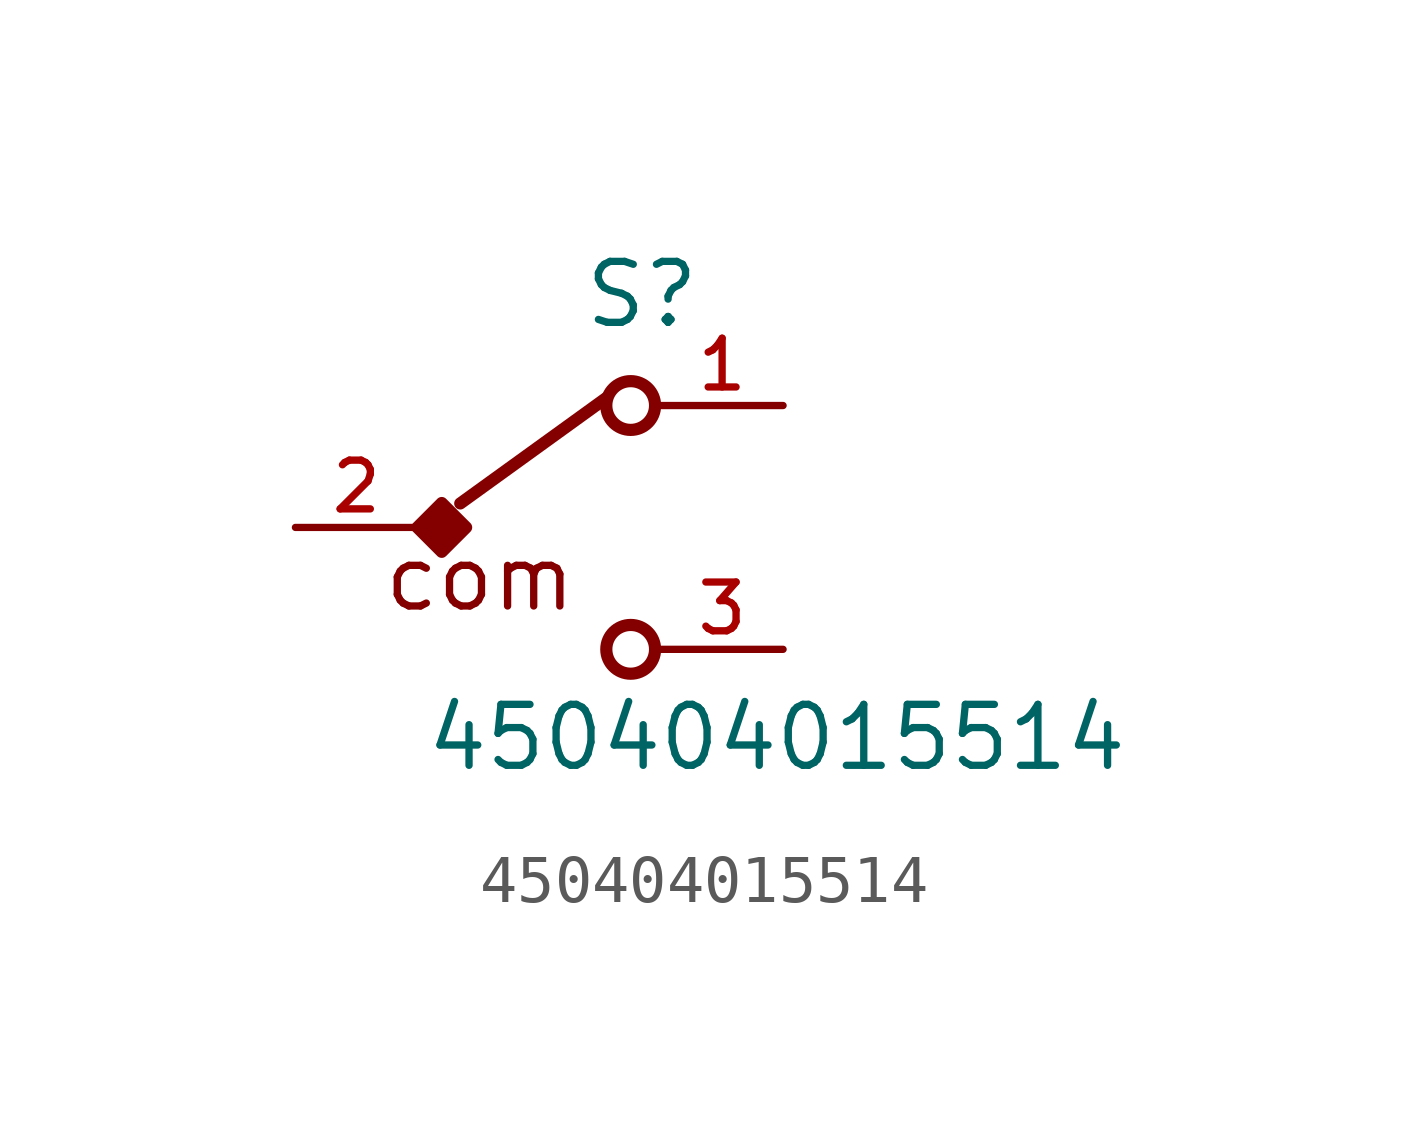
<source format=kicad_sym>
(kicad_symbol_lib
  (version 20231120)
  (generator "kicad_symbol_editor")
  (generator_version "8.0")
  (symbol "450404015514"
    (pin_names
      (offset 1.016))
    (property "Reference" "S"
      (at 2.14 4.11 0)
      (effects (font (size 1.27 1.27)) (justify bottom)))
    (property "Value" "450404015514"
      (at -2.41 -5.12 0)
      (effects (font (size 1.27 1.27)) (justify left bottom)))
    (symbol "450404015514_0_0"
      (polyline (pts (xy -1.646 0.5) (xy 1.4 2.7)) (stroke (width 0.254) (type default)) (fill (type none)))
      (polyline (pts (xy -2.032 -0.508) (xy -2.54 0) (xy -2.032 0.508) (xy -1.524 0) (xy -2.032 -0.508)) (stroke (width 0.254) (type default)) (fill (type outline)))
      (circle (center 1.905 -2.54) (radius 0.508) (stroke (width 0.254) (type default)) (fill (type none)))
      (circle (center 1.905 2.54) (radius 0.508) (stroke (width 0.254) (type default)) (fill (type none)))
      (text "com" (at -3.3 -1.8 0) (effects (font (size 1.27 1.27)) (justify left bottom)))
      (pin passive line (at 5.08 2.54 180) (length 2.54) (name "~" (effects (font (size 1.016 1.016)))) (number "1" (effects (font (size 1.016 1.016)))))
      (pin passive line (at -5.08 0 0) (length 2.54) (name "~" (effects (font (size 1.016 1.016)))) (number "2" (effects (font (size 1.016 1.016)))))
      (pin passive line (at 5.08 -2.54 180) (length 2.54) (name "~" (effects (font (size 1.016 1.016)))) (number "3" (effects (font (size 1.016 1.016))))))))
</source>
